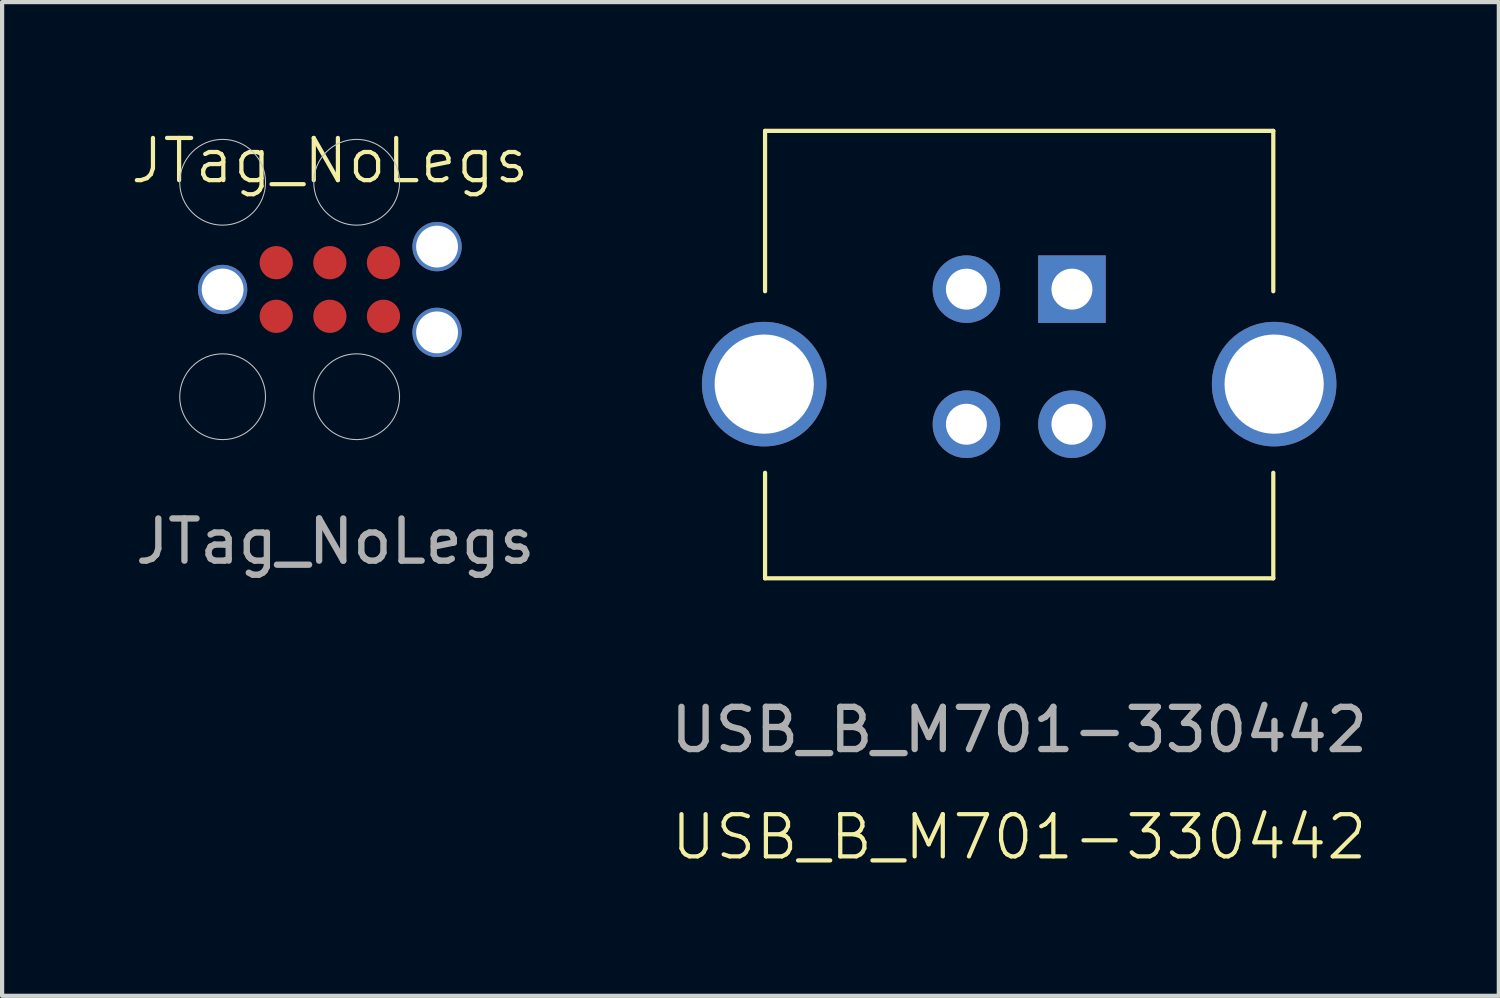
<source format=kicad_pcb>
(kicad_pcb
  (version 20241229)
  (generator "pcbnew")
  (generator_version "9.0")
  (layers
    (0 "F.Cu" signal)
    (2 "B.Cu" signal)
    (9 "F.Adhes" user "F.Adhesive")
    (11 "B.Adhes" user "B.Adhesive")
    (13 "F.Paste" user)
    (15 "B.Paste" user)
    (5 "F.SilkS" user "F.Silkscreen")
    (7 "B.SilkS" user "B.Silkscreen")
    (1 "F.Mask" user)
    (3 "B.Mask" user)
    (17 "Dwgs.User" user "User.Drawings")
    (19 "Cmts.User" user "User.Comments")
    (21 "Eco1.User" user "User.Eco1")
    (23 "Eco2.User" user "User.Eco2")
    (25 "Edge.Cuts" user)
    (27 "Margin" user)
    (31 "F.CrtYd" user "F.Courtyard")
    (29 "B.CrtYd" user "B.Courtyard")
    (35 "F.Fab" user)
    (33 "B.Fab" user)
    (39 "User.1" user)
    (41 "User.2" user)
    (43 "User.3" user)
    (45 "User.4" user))
  (footprint "USB_B_M701-330442"
    (layer "F.Cu")
    (at 21.094 5.35)
    (property "Reference" "USB_B_M701-330442" (at 0 11.43 0) (unlocked yes) (layer "F.SilkS") (effects (font (size 1 1) (thickness 0.1))))
    (attr through_hole)
    (fp_line (start -6.02 -5.3) (end -6.02 -1.5) (stroke (width 0.1) (type default)) (layer "F.SilkS"))
    (fp_line (start -6.02 -5.3) (end 6.02 -5.3) (stroke (width 0.1) (type default)) (layer "F.SilkS"))
    (fp_line (start -6.02 5.3) (end -6.02 2.8) (stroke (width 0.1) (type default)) (layer "F.SilkS"))
    (fp_line (start -6.02 5.3) (end 6.02 5.3) (stroke (width 0.1) (type default)) (layer "F.SilkS"))
    (fp_line (start 6.02 -5.3) (end 6.02 -1.5) (stroke (width 0.1) (type default)) (layer "F.SilkS"))
    (fp_line (start 6.02 5.3) (end 6.02 2.8) (stroke (width 0.1) (type default)) (layer "F.SilkS"))
    (fp_rect (start -6.02 -5.3) (end 6.02 5.3) (stroke (width 0.1) (type default)) (fill no) (layer "User.1"))
    (fp_text user "${REFERENCE}" (at 0 8.89 0) (unlocked yes) (layer "F.Fab") (effects (font (size 1 1) (thickness 0.15))))
    (pad "1" thru_hole rect (at 1.25 -1.55) (size 1.6 1.6) (drill 0.97) (layers "*.Cu" "*.Mask"))
    (pad "2" thru_hole circle (at -1.25 -1.55) (size 1.6 1.6) (drill 0.97) (layers "*.Cu" "*.Mask"))
    (pad "3" thru_hole circle (at -1.25 1.65) (size 1.6 1.6) (drill 0.97) (layers "*.Cu" "*.Mask"))
    (pad "4" thru_hole circle (at 1.25 1.65) (size 1.6 1.6) (drill 0.97) (layers "*.Cu" "*.Mask"))
    (pad "5" thru_hole circle (at -6.04 0.7) (size 2.95 2.95) (drill 2.35) (layers "*.Cu" "*.Mask"))
    (pad "5" thru_hole circle (at 6.04 0.7) (size 2.95 2.95) (drill 2.35) (layers "*.Cu" "*.Mask")))
  (footprint "JTag_NoLegs"
    (layer "F.Cu")
    (at 4.764 3.808)
    (property "Reference" "JTag_NoLegs" (at 0 -3.048 0) (unlocked yes) (layer "F.SilkS") (effects (font (size 1 1) (thickness 0.1))))
    (attr smd)
    (fp_circle (center -2.54 -2.54) (end -1.524 -2.54) (stroke (width 0.025) (type default)) (fill no) (layer "Dwgs.User"))
    (fp_circle (center -2.54 2.54) (end -1.524 2.54) (stroke (width 0.025) (type default)) (fill no) (layer "Dwgs.User"))
    (fp_circle (center 0.635 -2.54) (end 1.651 -2.54) (stroke (width 0.025) (type default)) (fill no) (layer "Dwgs.User"))
    (fp_circle (center 0.635 2.54) (end 1.651 2.54) (stroke (width 0.025) (type default)) (fill no) (layer "Dwgs.User"))
    (fp_text user "${REFERENCE}" (at 0.127 5.969 0) (unlocked yes) (layer "F.Fab") (effects (font (size 1 1) (thickness 0.15))))
    (pad "1" smd circle (at -1.27 0.635) (size 0.787 0.787) (property pad_prop_testpoint) (layers "F.Cu" "F.Mask"))
    (pad "2" smd circle (at -1.27 -0.635) (size 0.787 0.787) (property pad_prop_testpoint) (layers "F.Cu" "F.Mask"))
    (pad "3" smd circle (at 0 0.635) (size 0.787 0.787) (property pad_prop_testpoint) (layers "F.Cu" "F.Mask"))
    (pad "4" smd circle (at 0 -0.635) (size 0.787 0.787) (property pad_prop_testpoint) (layers "F.Cu" "F.Mask"))
    (pad "5" smd circle (at 1.27 0.635) (size 0.787 0.787) (property pad_prop_testpoint) (layers "F.Cu" "F.Mask"))
    (pad "6" smd circle (at 1.27 -0.635) (size 0.787 0.787) (property pad_prop_testpoint) (layers "F.Cu" "F.Mask"))
    (pad "7" thru_hole circle (at -2.54 0) (size 1.168 1.168) (drill 0.991) (layers "*.Cu" "*.Mask"))
    (pad "7" thru_hole circle (at 2.54 -1.016) (size 1.168 1.168) (drill 0.991) (layers "*.Cu" "*.Mask"))
    (pad "7" thru_hole circle (at 2.54 1.016) (size 1.168 1.168) (drill 0.991) (layers "*.Cu" "*.Mask"))
    (zone (net_name "") (layers "F.Cu" "B.Cu") (hatch edge 0.5) (connect_pads) (min_thickness 0.25) (filled_areas_thickness no) (keepout (tracks not_allowed) (vias not_allowed) (pads not_allowed) (copperpour allowed) (footprints allowed)) (placement (enabled no)) (fill) (polygon (pts (xy 3.494 3.174) (xy 6.034 3.174) (xy 6.034 4.444) (xy 3.494 4.444)))))
  (gr_rect
    (start -3 -3)
    (end 32.457 20.541)
    (stroke (width 0.1) (type default))
    (fill no)
    (layer "Edge.Cuts")))
</source>
